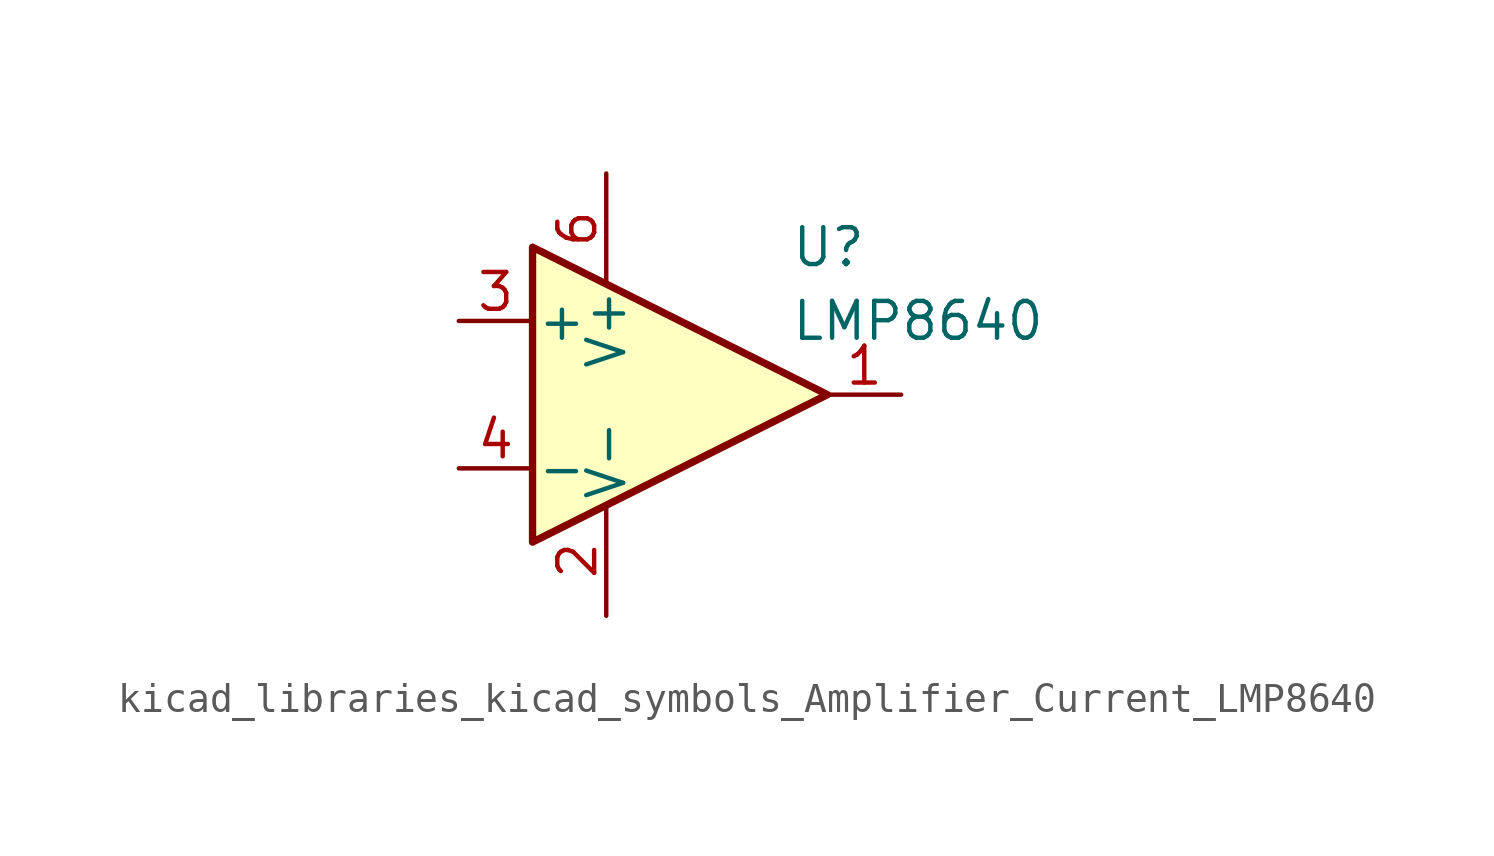
<source format=kicad_sym>
(kicad_symbol_lib
  (version 20220914)
  (generator kicad_symbol_editor)
  (symbol "kicad_libraries_kicad_symbols_Amplifier_Current_LMP8640"
    (pin_names
      (offset 0.127))
    (property "Reference" "U"
      (at 3.81 5.08 0)
      (effects (font (size 1.27 1.27)) (justify left)))
    (property "Value" "LMP8640"
      (at 3.81 2.54 0)
      (effects (font (size 1.27 1.27)) (justify left)))
    (symbol "kicad_libraries_kicad_symbols_Amplifier_Current_LMP8640_0_1"
      (polyline (pts (xy -5.08 5.08) (xy 5.08 0) (xy -5.08 -5.08) (xy -5.08 5.08)) (stroke (width 0.254) (type default)) (fill (type background))))
    (symbol "kicad_libraries_kicad_symbols_Amplifier_Current_LMP8640_1_1"
      (pin output line (at 7.62 0 180) (length 2.54) (name "~" (effects (font (size 1.27 1.27)))) (number "1" (effects (font (size 1.27 1.27)))))
      (pin power_in line (at -2.54 -7.62 90) (length 3.81) (name "V-" (effects (font (size 1.27 1.27)))) (number "2" (effects (font (size 1.27 1.27)))))
      (pin input line (at -7.62 2.54 0) (length 2.54) (name "+" (effects (font (size 1.27 1.27)))) (number "3" (effects (font (size 1.27 1.27)))))
      (pin input line (at -7.62 -2.54 0) (length 2.54) (name "-" (effects (font (size 1.27 1.27)))) (number "4" (effects (font (size 1.27 1.27)))))
      (pin power_in line (at -2.54 7.62 270) (length 3.81) (name "V+" (effects (font (size 1.27 1.27)))) (number "6" (effects (font (size 1.27 1.27))))))))
</source>
